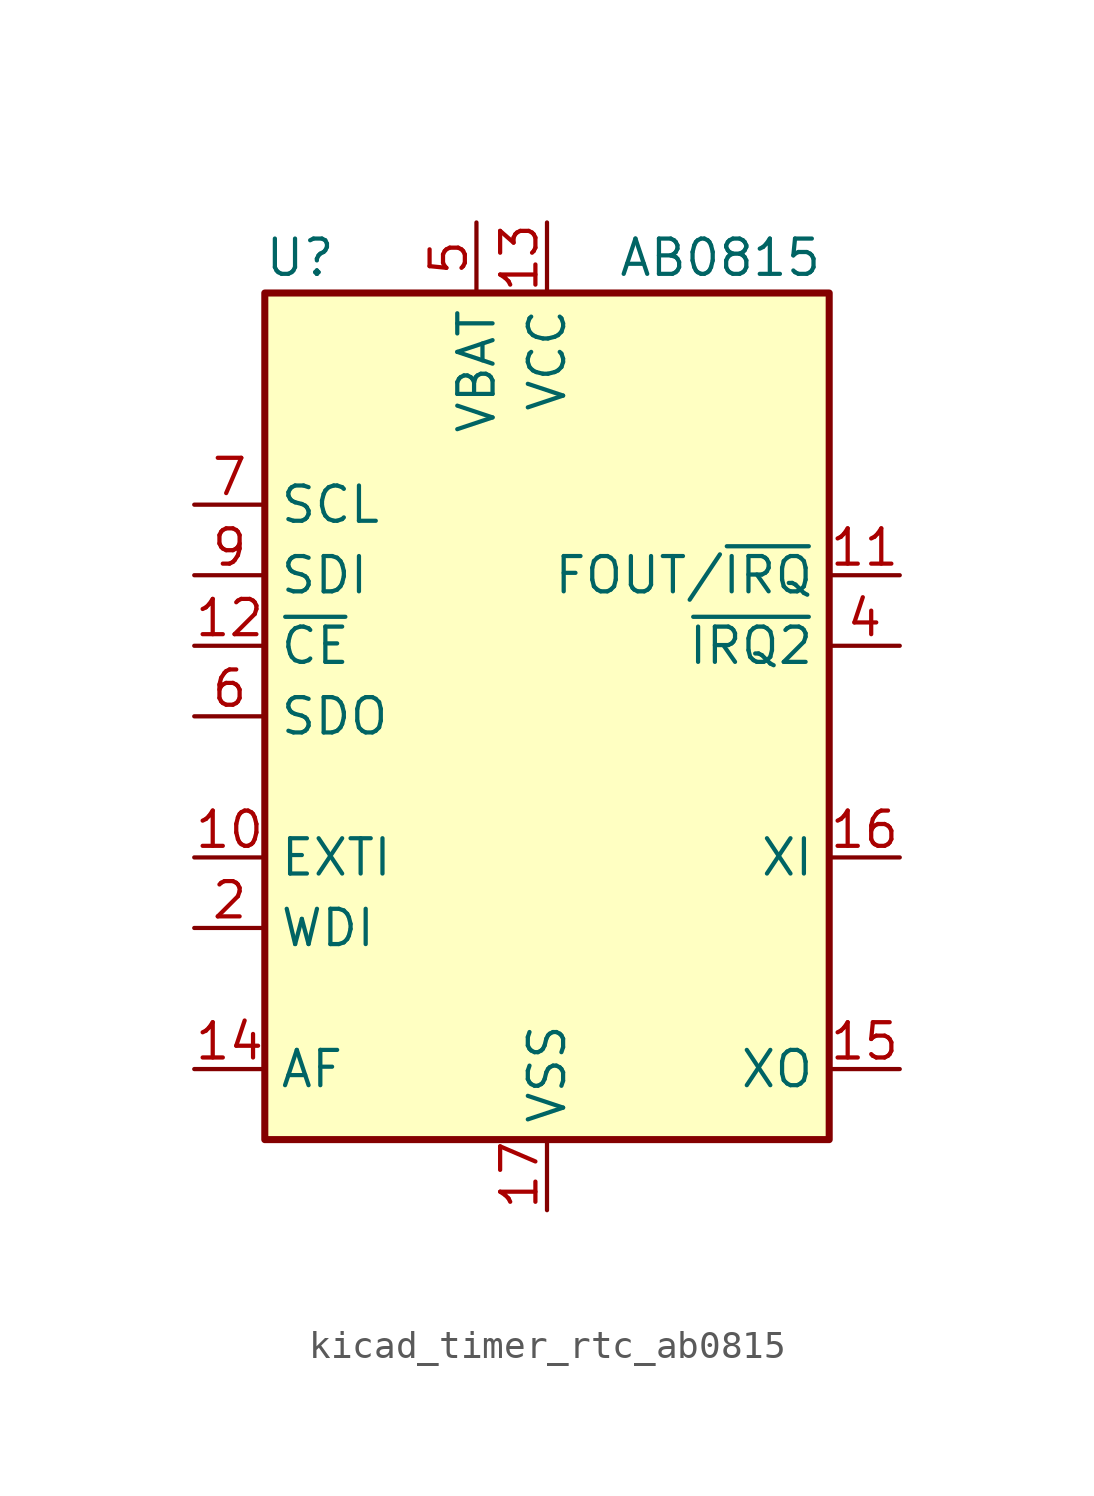
<source format=kicad_sym>
(kicad_symbol_lib
  (version 20220914)
  (generator kicad_symbol_editor)
  (symbol "kicad_timer_rtc_ab0815"
    (property "Reference" "U"
      (at -8.89 16.51 0)
      (effects (font (size 1.27 1.27))))
    (property "Value" "AB0815"
      (at 2.54 16.51 0)
      (effects (font (size 1.27 1.27)) (justify left)))
    (symbol "kicad_timer_rtc_ab0815_0_1"
      (rectangle (start -10.16 15.24) (end 10.16 -15.24) (stroke (width 0.254) (type default)) (fill (type background))))
    (symbol "kicad_timer_rtc_ab0815_1_1"
      (pin no_connect line (at -10.16 -2.54 0) (length 2.54) hide (name "NC" (effects (font (size 1.27 1.27)))) (number "1" (effects (font (size 1.27 1.27)))))
      (pin input line (at -12.7 -5.08 0) (length 2.54) (name "EXTI" (effects (font (size 1.27 1.27)))) (number "10" (effects (font (size 1.27 1.27)))))
      (pin open_collector line (at 12.7 5.08 180) (length 2.54) (name "FOUT/~{IRQ}" (effects (font (size 1.27 1.27)))) (number "11" (effects (font (size 1.27 1.27)))))
      (pin input line (at -12.7 2.54 0) (length 2.54) (name "~{CE}" (effects (font (size 1.27 1.27)))) (number "12" (effects (font (size 1.27 1.27)))))
      (pin power_in line (at 0 17.78 270) (length 2.54) (name "VCC" (effects (font (size 1.27 1.27)))) (number "13" (effects (font (size 1.27 1.27)))))
      (pin passive line (at -12.7 -12.7 0) (length 2.54) (name "AF" (effects (font (size 1.27 1.27)))) (number "14" (effects (font (size 1.27 1.27)))))
      (pin output line (at 12.7 -12.7 180) (length 2.54) (name "XO" (effects (font (size 1.27 1.27)))) (number "15" (effects (font (size 1.27 1.27)))))
      (pin input line (at 12.7 -5.08 180) (length 2.54) (name "XI" (effects (font (size 1.27 1.27)))) (number "16" (effects (font (size 1.27 1.27)))))
      (pin power_in line (at 0 -17.78 90) (length 2.54) (name "VSS" (effects (font (size 1.27 1.27)))) (number "17" (effects (font (size 1.27 1.27)))))
      (pin input line (at -12.7 -7.62 0) (length 2.54) (name "WDI" (effects (font (size 1.27 1.27)))) (number "2" (effects (font (size 1.27 1.27)))))
      (pin no_connect line (at -10.16 -10.16 0) (length 2.54) hide (name "NC" (effects (font (size 1.27 1.27)))) (number "3" (effects (font (size 1.27 1.27)))))
      (pin open_collector line (at 12.7 2.54 180) (length 2.54) (name "~{IRQ2}" (effects (font (size 1.27 1.27)))) (number "4" (effects (font (size 1.27 1.27)))))
      (pin power_in line (at -2.54 17.78 270) (length 2.54) (name "VBAT" (effects (font (size 1.27 1.27)))) (number "5" (effects (font (size 1.27 1.27)))))
      (pin output line (at -12.7 0 0) (length 2.54) (name "SDO" (effects (font (size 1.27 1.27)))) (number "6" (effects (font (size 1.27 1.27)))))
      (pin input line (at -12.7 7.62 0) (length 2.54) (name "SCL" (effects (font (size 1.27 1.27)))) (number "7" (effects (font (size 1.27 1.27)))))
      (pin no_connect line (at 10.16 0 180) (length 2.54) hide (name "NC" (effects (font (size 1.27 1.27)))) (number "8" (effects (font (size 1.27 1.27)))))
      (pin input line (at -12.7 5.08 0) (length 2.54) (name "SDI" (effects (font (size 1.27 1.27)))) (number "9" (effects (font (size 1.27 1.27))))))))
</source>
